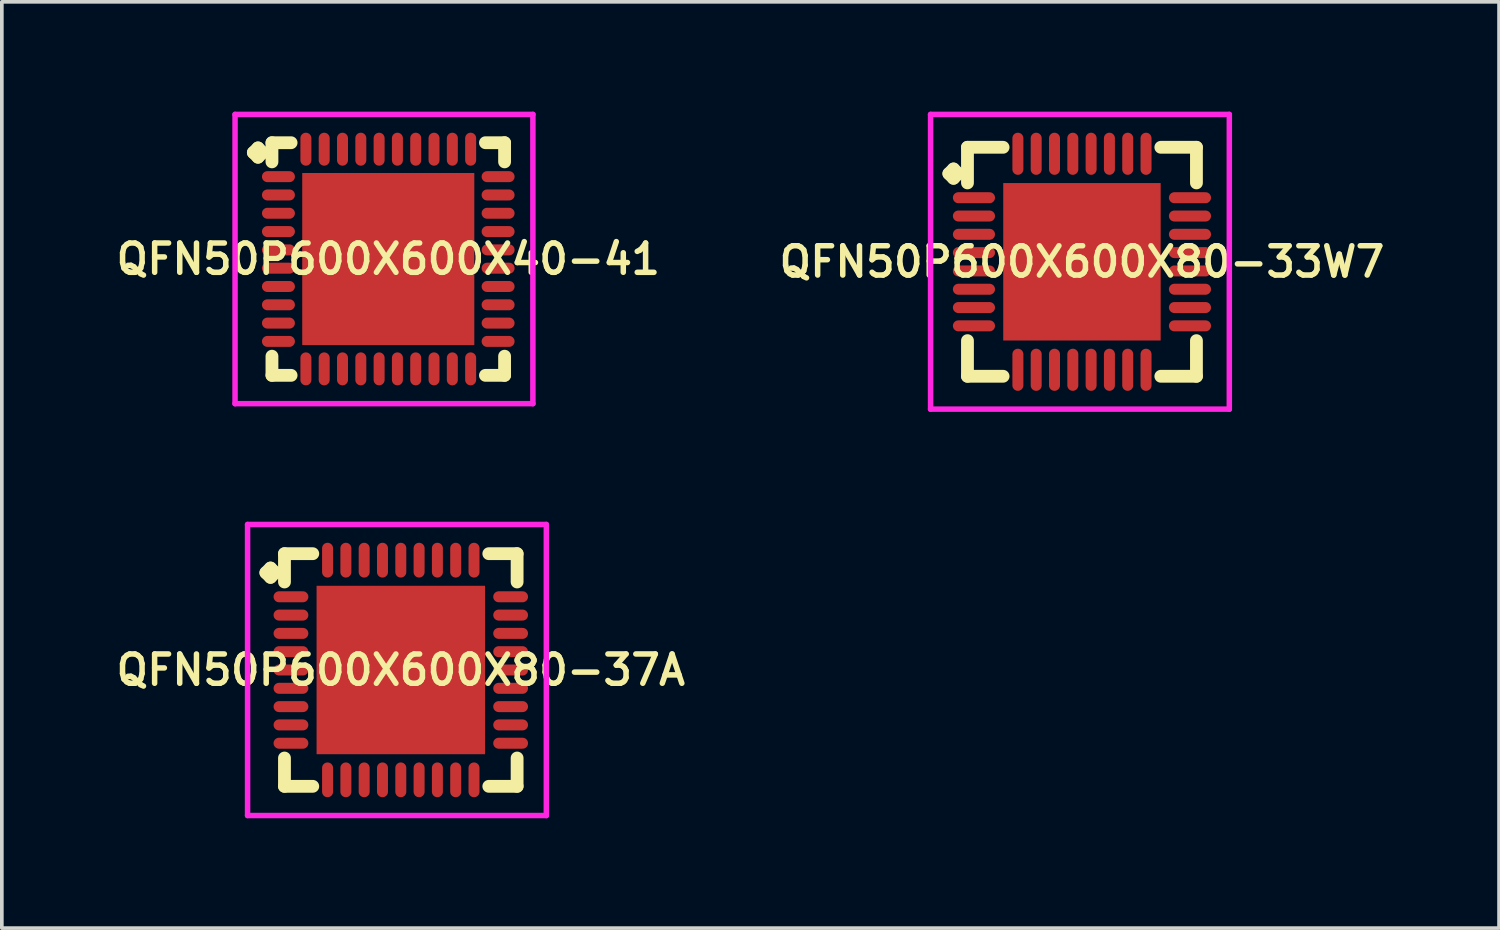
<source format=kicad_pcb>
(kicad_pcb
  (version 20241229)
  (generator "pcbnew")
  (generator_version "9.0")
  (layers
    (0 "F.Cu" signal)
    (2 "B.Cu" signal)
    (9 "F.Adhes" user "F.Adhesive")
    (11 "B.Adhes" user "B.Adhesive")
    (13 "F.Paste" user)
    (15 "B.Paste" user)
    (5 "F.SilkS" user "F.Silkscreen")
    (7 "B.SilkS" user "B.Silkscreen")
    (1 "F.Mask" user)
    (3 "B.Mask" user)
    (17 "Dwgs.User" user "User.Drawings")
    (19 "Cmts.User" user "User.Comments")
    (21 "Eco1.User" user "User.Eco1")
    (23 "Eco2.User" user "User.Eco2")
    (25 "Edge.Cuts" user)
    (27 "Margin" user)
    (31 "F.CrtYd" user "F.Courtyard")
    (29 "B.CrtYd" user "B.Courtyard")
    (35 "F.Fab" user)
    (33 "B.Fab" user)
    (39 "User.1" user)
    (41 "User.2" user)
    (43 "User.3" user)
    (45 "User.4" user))
  (footprint "QFN50P600X600X40-41"
    (layer "F.Cu")
    (at 7.555 4.025)
    (property "Reference" "QFN50P600X600X40-41" (at 0 0 0) (layer "F.SilkS") (effects (font (size 0.8 0.8) (thickness 0.15))))
    (attr through_hole)
    (fp_line (start -3.685 -2.908) (end -3.558 -3.035) (stroke (width 0.35) (type solid)) (layer "F.SilkS"))
    (fp_line (start -3.558 -3.035) (end -3.431 -2.908) (stroke (width 0.35) (type solid)) (layer "F.SilkS"))
    (fp_line (start -3.558 -2.781) (end -3.685 -2.908) (stroke (width 0.35) (type solid)) (layer "F.SilkS"))
    (fp_line (start -3.431 -2.908) (end -3.558 -2.781) (stroke (width 0.35) (type solid)) (layer "F.SilkS"))
    (fp_line (start -3.177 -3.177) (end -2.654 -3.177) (stroke (width 0.35) (type solid)) (layer "F.SilkS"))
    (fp_line (start -3.177 -2.654) (end -3.177 -3.177) (stroke (width 0.35) (type solid)) (layer "F.SilkS"))
    (fp_line (start -3.177 2.654) (end -3.177 3.177) (stroke (width 0.35) (type solid)) (layer "F.SilkS"))
    (fp_line (start -3.177 3.177) (end -2.654 3.177) (stroke (width 0.35) (type solid)) (layer "F.SilkS"))
    (fp_line (start 2.654 -3.177) (end 3.177 -3.177) (stroke (width 0.35) (type solid)) (layer "F.SilkS"))
    (fp_line (start 2.654 3.177) (end 3.177 3.177) (stroke (width 0.35) (type solid)) (layer "F.SilkS"))
    (fp_line (start 3.177 -3.177) (end 3.177 -2.654) (stroke (width 0.35) (type solid)) (layer "F.SilkS"))
    (fp_line (start 3.177 3.177) (end 3.177 2.654) (stroke (width 0.35) (type solid)) (layer "F.SilkS"))
    (fp_line (start -4.185 -3.95) (end 3.95 -3.95) (stroke (width 0.15) (type solid)) (layer "F.CrtYd"))
    (fp_line (start -4.185 3.95) (end -4.185 -3.95) (stroke (width 0.15) (type solid)) (layer "F.CrtYd"))
    (fp_line (start 3.95 -3.95) (end 3.95 3.95) (stroke (width 0.15) (type solid)) (layer "F.CrtYd"))
    (fp_line (start 3.95 3.95) (end -4.185 3.95) (stroke (width 0.15) (type solid)) (layer "F.CrtYd"))
    (pad "1" smd oval (at -3 -2.25) (size 0.9 0.3) (layers "F.Cu" "F.Mask" "F.Paste"))
    (pad "2" smd oval (at -3 -1.75) (size 0.9 0.3) (layers "F.Cu" "F.Mask" "F.Paste"))
    (pad "3" smd oval (at -3 -1.25) (size 0.9 0.3) (layers "F.Cu" "F.Mask" "F.Paste"))
    (pad "4" smd oval (at -3 -0.75) (size 0.9 0.3) (layers "F.Cu" "F.Mask" "F.Paste"))
    (pad "5" smd oval (at -3 -0.25) (size 0.9 0.3) (layers "F.Cu" "F.Mask" "F.Paste"))
    (pad "6" smd oval (at -3 0.25) (size 0.9 0.3) (layers "F.Cu" "F.Mask" "F.Paste"))
    (pad "7" smd oval (at -3 0.75) (size 0.9 0.3) (layers "F.Cu" "F.Mask" "F.Paste"))
    (pad "8" smd oval (at -3 1.25) (size 0.9 0.3) (layers "F.Cu" "F.Mask" "F.Paste"))
    (pad "9" smd oval (at -3 1.75) (size 0.9 0.3) (layers "F.Cu" "F.Mask" "F.Paste"))
    (pad "10" smd oval (at -3 2.25) (size 0.9 0.3) (layers "F.Cu" "F.Mask" "F.Paste"))
    (pad "11" smd oval (at -2.25 3) (size 0.3 0.9) (layers "F.Cu" "F.Mask" "F.Paste"))
    (pad "12" smd oval (at -1.75 3) (size 0.3 0.9) (layers "F.Cu" "F.Mask" "F.Paste"))
    (pad "13" smd oval (at -1.25 3) (size 0.3 0.9) (layers "F.Cu" "F.Mask" "F.Paste"))
    (pad "14" smd oval (at -0.75 3) (size 0.3 0.9) (layers "F.Cu" "F.Mask" "F.Paste"))
    (pad "15" smd oval (at -0.25 3) (size 0.3 0.9) (layers "F.Cu" "F.Mask" "F.Paste"))
    (pad "16" smd oval (at 0.25 3) (size 0.3 0.9) (layers "F.Cu" "F.Mask" "F.Paste"))
    (pad "17" smd oval (at 0.75 3) (size 0.3 0.9) (layers "F.Cu" "F.Mask" "F.Paste"))
    (pad "18" smd oval (at 1.25 3) (size 0.3 0.9) (layers "F.Cu" "F.Mask" "F.Paste"))
    (pad "19" smd oval (at 1.75 3) (size 0.3 0.9) (layers "F.Cu" "F.Mask" "F.Paste"))
    (pad "20" smd oval (at 2.25 3) (size 0.3 0.9) (layers "F.Cu" "F.Mask" "F.Paste"))
    (pad "21" smd oval (at 3 2.25) (size 0.9 0.3) (layers "F.Cu" "F.Mask" "F.Paste"))
    (pad "22" smd oval (at 3 1.75) (size 0.9 0.3) (layers "F.Cu" "F.Mask" "F.Paste"))
    (pad "23" smd oval (at 3 1.25) (size 0.9 0.3) (layers "F.Cu" "F.Mask" "F.Paste"))
    (pad "24" smd oval (at 3 0.75) (size 0.9 0.3) (layers "F.Cu" "F.Mask" "F.Paste"))
    (pad "25" smd oval (at 3 0.25) (size 0.9 0.3) (layers "F.Cu" "F.Mask" "F.Paste"))
    (pad "26" smd oval (at 3 -0.25) (size 0.9 0.3) (layers "F.Cu" "F.Mask" "F.Paste"))
    (pad "27" smd oval (at 3 -0.75) (size 0.9 0.3) (layers "F.Cu" "F.Mask" "F.Paste"))
    (pad "28" smd oval (at 3 -1.25) (size 0.9 0.3) (layers "F.Cu" "F.Mask" "F.Paste"))
    (pad "29" smd oval (at 3 -1.75) (size 0.9 0.3) (layers "F.Cu" "F.Mask" "F.Paste"))
    (pad "30" smd oval (at 3 -2.25) (size 0.9 0.3) (layers "F.Cu" "F.Mask" "F.Paste"))
    (pad "31" smd oval (at 2.25 -3) (size 0.3 0.9) (layers "F.Cu" "F.Mask" "F.Paste"))
    (pad "32" smd oval (at 1.75 -3) (size 0.3 0.9) (layers "F.Cu" "F.Mask" "F.Paste"))
    (pad "33" smd oval (at 1.25 -3) (size 0.3 0.9) (layers "F.Cu" "F.Mask" "F.Paste"))
    (pad "34" smd oval (at 0.75 -3) (size 0.3 0.9) (layers "F.Cu" "F.Mask" "F.Paste"))
    (pad "35" smd oval (at 0.25 -3) (size 0.3 0.9) (layers "F.Cu" "F.Mask" "F.Paste"))
    (pad "36" smd oval (at -0.25 -3) (size 0.3 0.9) (layers "F.Cu" "F.Mask" "F.Paste"))
    (pad "37" smd oval (at -0.75 -3) (size 0.3 0.9) (layers "F.Cu" "F.Mask" "F.Paste"))
    (pad "38" smd oval (at -1.25 -3) (size 0.3 0.9) (layers "F.Cu" "F.Mask" "F.Paste"))
    (pad "39" smd oval (at -1.75 -3) (size 0.3 0.9) (layers "F.Cu" "F.Mask" "F.Paste"))
    (pad "40" smd oval (at -2.25 -3) (size 0.3 0.9) (layers "F.Cu" "F.Mask" "F.Paste"))
    (pad "41" smd rect (at 0 0) (size 4.7 4.7) (layers "F.Cu" "F.Mask" "F.Paste")))
  (footprint "QFN50P600X600X80-37A"
    (layer "F.Cu")
    (at 7.897 15.25)
    (property "Reference" "QFN50P600X600X80-37A" (at 0 0 0) (layer "F.SilkS") (effects (font (size 0.8 0.8) (thickness 0.15))))
    (attr through_hole)
    (fp_line (start -3.685 -2.658) (end -3.558 -2.785) (stroke (width 0.35) (type solid)) (layer "F.SilkS"))
    (fp_line (start -3.558 -2.785) (end -3.431 -2.658) (stroke (width 0.35) (type solid)) (layer "F.SilkS"))
    (fp_line (start -3.558 -2.531) (end -3.685 -2.658) (stroke (width 0.35) (type solid)) (layer "F.SilkS"))
    (fp_line (start -3.431 -2.658) (end -3.558 -2.531) (stroke (width 0.35) (type solid)) (layer "F.SilkS"))
    (fp_line (start -3.177 -3.177) (end -2.404 -3.177) (stroke (width 0.35) (type solid)) (layer "F.SilkS"))
    (fp_line (start -3.177 -2.404) (end -3.177 -3.177) (stroke (width 0.35) (type solid)) (layer "F.SilkS"))
    (fp_line (start -3.177 2.404) (end -3.177 3.177) (stroke (width 0.35) (type solid)) (layer "F.SilkS"))
    (fp_line (start -3.177 3.177) (end -2.404 3.177) (stroke (width 0.35) (type solid)) (layer "F.SilkS"))
    (fp_line (start 2.404 -3.177) (end 3.177 -3.177) (stroke (width 0.35) (type solid)) (layer "F.SilkS"))
    (fp_line (start 2.404 3.177) (end 3.177 3.177) (stroke (width 0.35) (type solid)) (layer "F.SilkS"))
    (fp_line (start 3.177 -3.177) (end 3.177 -2.404) (stroke (width 0.35) (type solid)) (layer "F.SilkS"))
    (fp_line (start 3.177 3.177) (end 3.177 2.404) (stroke (width 0.35) (type solid)) (layer "F.SilkS"))
    (fp_line (start -4.185 -3.975) (end 3.975 -3.975) (stroke (width 0.15) (type solid)) (layer "F.CrtYd"))
    (fp_line (start -4.185 3.975) (end -4.185 -3.975) (stroke (width 0.15) (type solid)) (layer "F.CrtYd"))
    (fp_line (start 3.975 -3.975) (end 3.975 3.975) (stroke (width 0.15) (type solid)) (layer "F.CrtYd"))
    (fp_line (start 3.975 3.975) (end -4.185 3.975) (stroke (width 0.15) (type solid)) (layer "F.CrtYd"))
    (pad "1" smd oval (at -3 -2) (size 0.95 0.3) (layers "F.Cu" "F.Mask" "F.Paste"))
    (pad "2" smd oval (at -3 -1.5) (size 0.95 0.3) (layers "F.Cu" "F.Mask" "F.Paste"))
    (pad "3" smd oval (at -3 -1) (size 0.95 0.3) (layers "F.Cu" "F.Mask" "F.Paste"))
    (pad "4" smd oval (at -3 -0.5) (size 0.95 0.3) (layers "F.Cu" "F.Mask" "F.Paste"))
    (pad "5" smd oval (at -3 0) (size 0.95 0.3) (layers "F.Cu" "F.Mask" "F.Paste"))
    (pad "6" smd oval (at -3 0.5) (size 0.95 0.3) (layers "F.Cu" "F.Mask" "F.Paste"))
    (pad "7" smd oval (at -3 1) (size 0.95 0.3) (layers "F.Cu" "F.Mask" "F.Paste"))
    (pad "8" smd oval (at -3 1.5) (size 0.95 0.3) (layers "F.Cu" "F.Mask" "F.Paste"))
    (pad "9" smd oval (at -3 2) (size 0.95 0.3) (layers "F.Cu" "F.Mask" "F.Paste"))
    (pad "10" smd oval (at -2 3) (size 0.3 0.95) (layers "F.Cu" "F.Mask" "F.Paste"))
    (pad "11" smd oval (at -1.5 3) (size 0.3 0.95) (layers "F.Cu" "F.Mask" "F.Paste"))
    (pad "12" smd oval (at -1 3) (size 0.3 0.95) (layers "F.Cu" "F.Mask" "F.Paste"))
    (pad "13" smd oval (at -0.5 3) (size 0.3 0.95) (layers "F.Cu" "F.Mask" "F.Paste"))
    (pad "14" smd oval (at 0 3) (size 0.3 0.95) (layers "F.Cu" "F.Mask" "F.Paste"))
    (pad "15" smd oval (at 0.5 3) (size 0.3 0.95) (layers "F.Cu" "F.Mask" "F.Paste"))
    (pad "16" smd oval (at 1 3) (size 0.3 0.95) (layers "F.Cu" "F.Mask" "F.Paste"))
    (pad "17" smd oval (at 1.5 3) (size 0.3 0.95) (layers "F.Cu" "F.Mask" "F.Paste"))
    (pad "18" smd oval (at 2 3) (size 0.3 0.95) (layers "F.Cu" "F.Mask" "F.Paste"))
    (pad "19" smd oval (at 3 2) (size 0.95 0.3) (layers "F.Cu" "F.Mask" "F.Paste"))
    (pad "20" smd oval (at 3 1.5) (size 0.95 0.3) (layers "F.Cu" "F.Mask" "F.Paste"))
    (pad "21" smd oval (at 3 1) (size 0.95 0.3) (layers "F.Cu" "F.Mask" "F.Paste"))
    (pad "22" smd oval (at 3 0.5) (size 0.95 0.3) (layers "F.Cu" "F.Mask" "F.Paste"))
    (pad "23" smd oval (at 3 0) (size 0.95 0.3) (layers "F.Cu" "F.Mask" "F.Paste"))
    (pad "24" smd oval (at 3 -0.5) (size 0.95 0.3) (layers "F.Cu" "F.Mask" "F.Paste"))
    (pad "25" smd oval (at 3 -1) (size 0.95 0.3) (layers "F.Cu" "F.Mask" "F.Paste"))
    (pad "26" smd oval (at 3 -1.5) (size 0.95 0.3) (layers "F.Cu" "F.Mask" "F.Paste"))
    (pad "27" smd oval (at 3 -2) (size 0.95 0.3) (layers "F.Cu" "F.Mask" "F.Paste"))
    (pad "28" smd oval (at 2 -3) (size 0.3 0.95) (layers "F.Cu" "F.Mask" "F.Paste"))
    (pad "29" smd oval (at 1.5 -3) (size 0.3 0.95) (layers "F.Cu" "F.Mask" "F.Paste"))
    (pad "30" smd oval (at 1 -3) (size 0.3 0.95) (layers "F.Cu" "F.Mask" "F.Paste"))
    (pad "31" smd oval (at 0.5 -3) (size 0.3 0.95) (layers "F.Cu" "F.Mask" "F.Paste"))
    (pad "32" smd oval (at 0 -3) (size 0.3 0.95) (layers "F.Cu" "F.Mask" "F.Paste"))
    (pad "33" smd oval (at -0.5 -3) (size 0.3 0.95) (layers "F.Cu" "F.Mask" "F.Paste"))
    (pad "34" smd oval (at -1 -3) (size 0.3 0.95) (layers "F.Cu" "F.Mask" "F.Paste"))
    (pad "35" smd oval (at -1.5 -3) (size 0.3 0.95) (layers "F.Cu" "F.Mask" "F.Paste"))
    (pad "36" smd oval (at -2 -3) (size 0.3 0.95) (layers "F.Cu" "F.Mask" "F.Paste"))
    (pad "37" smd rect (at 0 0) (size 4.6 4.6) (layers "F.Cu" "F.Mask" "F.Paste")))
  (footprint "QFN50P600X600X80-33W7"
    (layer "F.Cu")
    (at 26.502 4.1)
    (property "Reference" "QFN50P600X600X80-33W7" (at 0 0 0) (layer "F.SilkS") (effects (font (size 0.8 0.8) (thickness 0.15))))
    (attr smd)
    (fp_line (start -3.635 -2.408) (end -3.508 -2.535) (stroke (width 0.35) (type solid)) (layer "F.SilkS"))
    (fp_line (start -3.508 -2.535) (end -3.381 -2.408) (stroke (width 0.35) (type solid)) (layer "F.SilkS"))
    (fp_line (start -3.508 -2.281) (end -3.635 -2.408) (stroke (width 0.35) (type solid)) (layer "F.SilkS"))
    (fp_line (start -3.381 -2.408) (end -3.508 -2.281) (stroke (width 0.35) (type solid)) (layer "F.SilkS"))
    (fp_line (start -3.127 -3.127) (end -2.154 -3.127) (stroke (width 0.35) (type solid)) (layer "F.SilkS"))
    (fp_line (start -3.127 -2.154) (end -3.127 -3.127) (stroke (width 0.35) (type solid)) (layer "F.SilkS"))
    (fp_line (start -3.127 2.154) (end -3.127 3.127) (stroke (width 0.35) (type solid)) (layer "F.SilkS"))
    (fp_line (start -3.127 3.127) (end -2.154 3.127) (stroke (width 0.35) (type solid)) (layer "F.SilkS"))
    (fp_line (start 2.154 -3.127) (end 3.127 -3.127) (stroke (width 0.35) (type solid)) (layer "F.SilkS"))
    (fp_line (start 2.154 3.127) (end 3.127 3.127) (stroke (width 0.35) (type solid)) (layer "F.SilkS"))
    (fp_line (start 3.127 -3.127) (end 3.127 -2.154) (stroke (width 0.35) (type solid)) (layer "F.SilkS"))
    (fp_line (start 3.127 3.127) (end 3.127 2.154) (stroke (width 0.35) (type solid)) (layer "F.SilkS"))
    (fp_line (start -4.135 -4.025) (end 4.025 -4.025) (stroke (width 0.15) (type solid)) (layer "F.CrtYd"))
    (fp_line (start -4.135 4.025) (end -4.135 -4.025) (stroke (width 0.15) (type solid)) (layer "F.CrtYd"))
    (fp_line (start 4.025 -4.025) (end 4.025 4.025) (stroke (width 0.15) (type solid)) (layer "F.CrtYd"))
    (fp_line (start 4.025 4.025) (end -4.135 4.025) (stroke (width 0.15) (type solid)) (layer "F.CrtYd"))
    (pad "1" smd oval (at -2.95 -1.75) (size 1.15 0.3) (layers "F.Cu" "F.Mask" "F.Paste"))
    (pad "2" smd oval (at -2.95 -1.25) (size 1.15 0.3) (layers "F.Cu" "F.Mask" "F.Paste"))
    (pad "3" smd oval (at -2.95 -0.75) (size 1.15 0.3) (layers "F.Cu" "F.Mask" "F.Paste"))
    (pad "4" smd oval (at -2.95 -0.25) (size 1.15 0.3) (layers "F.Cu" "F.Mask" "F.Paste"))
    (pad "5" smd oval (at -2.95 0.25) (size 1.15 0.3) (layers "F.Cu" "F.Mask" "F.Paste"))
    (pad "6" smd oval (at -2.95 0.75) (size 1.15 0.3) (layers "F.Cu" "F.Mask" "F.Paste"))
    (pad "7" smd oval (at -2.95 1.25) (size 1.15 0.3) (layers "F.Cu" "F.Mask" "F.Paste"))
    (pad "8" smd oval (at -2.95 1.75) (size 1.15 0.3) (layers "F.Cu" "F.Mask" "F.Paste"))
    (pad "9" smd oval (at -1.75 2.95) (size 0.3 1.15) (layers "F.Cu" "F.Mask" "F.Paste"))
    (pad "10" smd oval (at -1.25 2.95) (size 0.3 1.15) (layers "F.Cu" "F.Mask" "F.Paste"))
    (pad "11" smd oval (at -0.75 2.95) (size 0.3 1.15) (layers "F.Cu" "F.Mask" "F.Paste"))
    (pad "12" smd oval (at -0.25 2.95) (size 0.3 1.15) (layers "F.Cu" "F.Mask" "F.Paste"))
    (pad "13" smd oval (at 0.25 2.95) (size 0.3 1.15) (layers "F.Cu" "F.Mask" "F.Paste"))
    (pad "14" smd oval (at 0.75 2.95) (size 0.3 1.15) (layers "F.Cu" "F.Mask" "F.Paste"))
    (pad "15" smd oval (at 1.25 2.95) (size 0.3 1.15) (layers "F.Cu" "F.Mask" "F.Paste"))
    (pad "16" smd oval (at 1.75 2.95) (size 0.3 1.15) (layers "F.Cu" "F.Mask" "F.Paste"))
    (pad "17" smd oval (at 2.95 1.75) (size 1.15 0.3) (layers "F.Cu" "F.Mask" "F.Paste"))
    (pad "18" smd oval (at 2.95 1.25) (size 1.15 0.3) (layers "F.Cu" "F.Mask" "F.Paste"))
    (pad "19" smd oval (at 2.95 0.75) (size 1.15 0.3) (layers "F.Cu" "F.Mask" "F.Paste"))
    (pad "20" smd oval (at 2.95 0.25) (size 1.15 0.3) (layers "F.Cu" "F.Mask" "F.Paste"))
    (pad "21" smd oval (at 2.95 -0.25) (size 1.15 0.3) (layers "F.Cu" "F.Mask" "F.Paste"))
    (pad "22" smd oval (at 2.95 -0.75) (size 1.15 0.3) (layers "F.Cu" "F.Mask" "F.Paste"))
    (pad "23" smd oval (at 2.95 -1.25) (size 1.15 0.3) (layers "F.Cu" "F.Mask" "F.Paste"))
    (pad "24" smd oval (at 2.95 -1.75) (size 1.15 0.3) (layers "F.Cu" "F.Mask" "F.Paste"))
    (pad "25" smd oval (at 1.75 -2.95) (size 0.3 1.15) (layers "F.Cu" "F.Mask" "F.Paste"))
    (pad "26" smd oval (at 1.25 -2.95) (size 0.3 1.15) (layers "F.Cu" "F.Mask" "F.Paste"))
    (pad "27" smd oval (at 0.75 -2.95) (size 0.3 1.15) (layers "F.Cu" "F.Mask" "F.Paste"))
    (pad "28" smd oval (at 0.25 -2.95) (size 0.3 1.15) (layers "F.Cu" "F.Mask" "F.Paste"))
    (pad "29" smd oval (at -0.25 -2.95) (size 0.3 1.15) (layers "F.Cu" "F.Mask" "F.Paste"))
    (pad "30" smd oval (at -0.75 -2.95) (size 0.3 1.15) (layers "F.Cu" "F.Mask" "F.Paste"))
    (pad "31" smd oval (at -1.25 -2.95) (size 0.3 1.15) (layers "F.Cu" "F.Mask" "F.Paste"))
    (pad "32" smd oval (at -1.75 -2.95) (size 0.3 1.15) (layers "F.Cu" "F.Mask" "F.Paste"))
    (pad "33" smd rect (at 0 0) (size 4.3 4.3) (layers "F.Cu" "F.Mask" "F.Paste")))
  (gr_rect
    (start -3 -3)
    (end 37.894 22.3)
    (stroke (width 0.1) (type default))
    (fill no)
    (layer "Edge.Cuts")))
</source>
